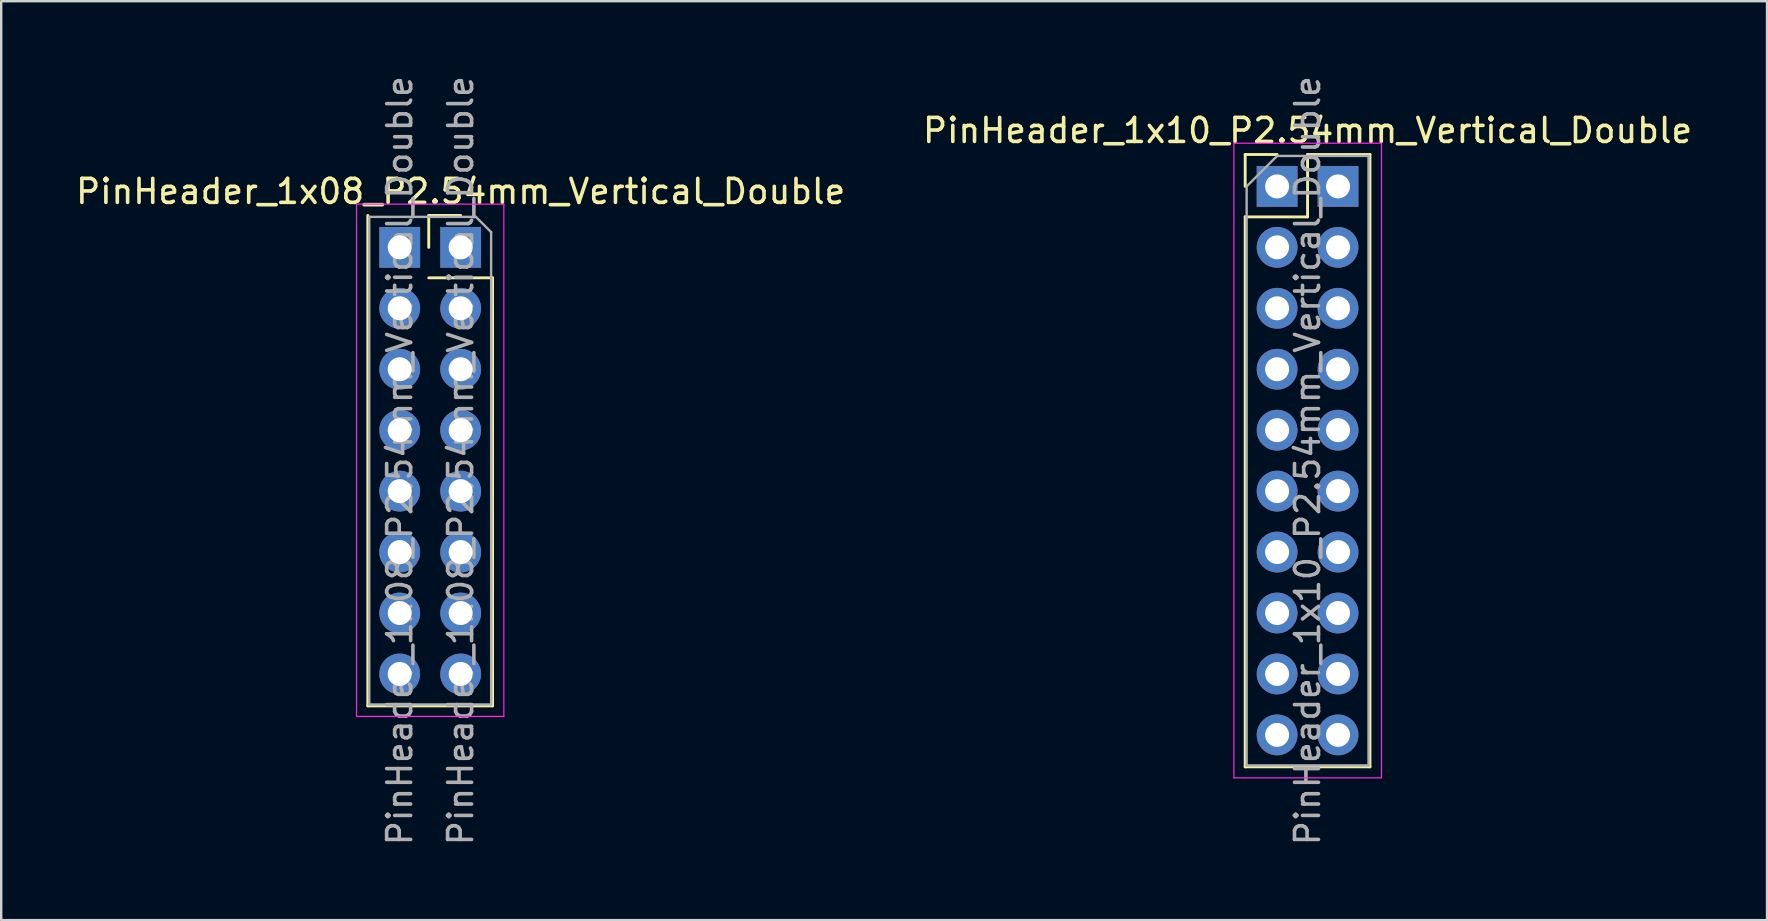
<source format=kicad_pcb>
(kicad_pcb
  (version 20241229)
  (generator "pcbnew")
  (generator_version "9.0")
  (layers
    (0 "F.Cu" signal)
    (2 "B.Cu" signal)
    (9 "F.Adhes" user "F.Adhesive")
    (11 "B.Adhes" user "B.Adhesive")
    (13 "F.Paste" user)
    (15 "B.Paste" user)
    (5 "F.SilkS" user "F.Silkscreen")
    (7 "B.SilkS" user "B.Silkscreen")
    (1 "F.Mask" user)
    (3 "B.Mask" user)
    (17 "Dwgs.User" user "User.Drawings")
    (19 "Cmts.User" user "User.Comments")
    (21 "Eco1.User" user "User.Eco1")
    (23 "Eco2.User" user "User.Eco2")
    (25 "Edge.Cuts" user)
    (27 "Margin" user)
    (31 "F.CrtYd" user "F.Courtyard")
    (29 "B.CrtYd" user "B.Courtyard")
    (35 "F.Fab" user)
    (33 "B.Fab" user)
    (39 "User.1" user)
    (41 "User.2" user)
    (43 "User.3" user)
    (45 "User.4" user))
  (footprint "PinHeader_1x08_P2.54mm_Vertical_Double"
    (layer "F.Cu")
    (at 16.149 7.259)
    (property "Reference" "PinHeader_1x08_P2.54mm_Vertical_Double" (at 0 -2.33 0) (layer "F.SilkS") (effects (font (size 1 1) (thickness 0.15))))
    (attr through_hole)
    (fp_line (start -3.87 -1.33) (end -3.87 19.11) (stroke (width 0.12) (type solid)) (layer "F.SilkS"))
    (fp_line (start -3.87 19.11) (end 1.33 19.11) (stroke (width 0.12) (type solid)) (layer "F.SilkS"))
    (fp_line (start -1.33 -1.33) (end 0 -1.33) (stroke (width 0.12) (type solid)) (layer "F.SilkS"))
    (fp_line (start -1.33 0) (end -1.33 -1.33) (stroke (width 0.12) (type solid)) (layer "F.SilkS"))
    (fp_line (start -1.33 1.27) (end 1.33 1.27) (stroke (width 0.12) (type solid)) (layer "F.SilkS"))
    (fp_line (start 1.33 1.27) (end 1.33 19.11) (stroke (width 0.12) (type solid)) (layer "F.SilkS"))
    (fp_line (start -4.34 -1.8) (end -4.34 19.55) (stroke (width 0.05) (type solid)) (layer "F.CrtYd"))
    (fp_line (start -4.34 19.55) (end 1.8 19.55) (stroke (width 0.05) (type solid)) (layer "F.CrtYd"))
    (fp_line (start 1.8 -1.8) (end -4.34 -1.8) (stroke (width 0.05) (type solid)) (layer "F.CrtYd"))
    (fp_line (start 1.8 19.55) (end 1.8 -1.8) (stroke (width 0.05) (type solid)) (layer "F.CrtYd"))
    (fp_line (start -3.81 -1.27) (end 0.635 -1.27) (stroke (width 0.1) (type solid)) (layer "F.Fab"))
    (fp_line (start -3.81 19.05) (end -3.81 -1.27) (stroke (width 0.1) (type solid)) (layer "F.Fab"))
    (fp_line (start 1.27 -0.635) (end 0.635 -1.27) (stroke (width 0.1) (type solid)) (layer "F.Fab"))
    (fp_line (start 1.27 -0.635) (end 1.27 19.05) (stroke (width 0.1) (type solid)) (layer "F.Fab"))
    (fp_line (start 1.27 19.05) (end -3.81 19.05) (stroke (width 0.1) (type solid)) (layer "F.Fab"))
    (fp_text user "${REFERENCE}" (at 0 8.89 90) (layer "F.Fab") (effects (font (size 1 1) (thickness 0.15))))
    (fp_text user "${REFERENCE}" (at -2.54 8.89 90) (layer "F.Fab") (effects (font (size 1 1) (thickness 0.15))))
    (pad "1" thru_hole rect (at -2.54 0) (size 1.7 1.7) (drill 1) (layers "*.Cu" "*.Mask"))
    (pad "1" thru_hole rect (at 0 0) (size 1.7 1.7) (drill 1) (layers "*.Cu" "*.Mask"))
    (pad "2" thru_hole oval (at -2.54 2.54) (size 1.7 1.7) (drill 1) (layers "*.Cu" "*.Mask"))
    (pad "2" thru_hole oval (at 0 2.54) (size 1.7 1.7) (drill 1) (layers "*.Cu" "*.Mask"))
    (pad "3" thru_hole oval (at -2.54 5.08) (size 1.7 1.7) (drill 1) (layers "*.Cu" "*.Mask"))
    (pad "3" thru_hole oval (at 0 5.08) (size 1.7 1.7) (drill 1) (layers "*.Cu" "*.Mask"))
    (pad "4" thru_hole oval (at -2.54 7.62) (size 1.7 1.7) (drill 1) (layers "*.Cu" "*.Mask"))
    (pad "4" thru_hole oval (at 0 7.62) (size 1.7 1.7) (drill 1) (layers "*.Cu" "*.Mask"))
    (pad "5" thru_hole oval (at -2.54 10.16) (size 1.7 1.7) (drill 1) (layers "*.Cu" "*.Mask"))
    (pad "5" thru_hole oval (at 0 10.16) (size 1.7 1.7) (drill 1) (layers "*.Cu" "*.Mask"))
    (pad "6" thru_hole oval (at -2.54 12.7) (size 1.7 1.7) (drill 1) (layers "*.Cu" "*.Mask"))
    (pad "6" thru_hole oval (at 0 12.7) (size 1.7 1.7) (drill 1) (layers "*.Cu" "*.Mask"))
    (pad "7" thru_hole oval (at -2.54 15.24) (size 1.7 1.7) (drill 1) (layers "*.Cu" "*.Mask"))
    (pad "7" thru_hole oval (at 0 15.24) (size 1.7 1.7) (drill 1) (layers "*.Cu" "*.Mask"))
    (pad "8" thru_hole oval (at -2.54 17.78) (size 1.7 1.7) (drill 1) (layers "*.Cu" "*.Mask"))
    (pad "8" thru_hole oval (at 0 17.78) (size 1.7 1.7) (drill 1) (layers "*.Cu" "*.Mask")))
  (footprint "PinHeader_1x10_P2.54mm_Vertical_Double"
    (layer "F.Cu")
    (at 50.176 4.719)
    (property "Reference" "PinHeader_1x10_P2.54mm_Vertical_Double" (at 1.27 -2.33 0) (layer "F.SilkS") (effects (font (size 1 1) (thickness 0.15))))
    (attr through_hole)
    (fp_line (start -1.33 -1.33) (end 0 -1.33) (stroke (width 0.12) (type solid)) (layer "F.SilkS"))
    (fp_line (start -1.33 0) (end -1.33 -1.33) (stroke (width 0.12) (type solid)) (layer "F.SilkS"))
    (fp_line (start -1.33 1.27) (end -1.33 24.19) (stroke (width 0.12) (type solid)) (layer "F.SilkS"))
    (fp_line (start -1.33 1.27) (end 1.27 1.27) (stroke (width 0.12) (type solid)) (layer "F.SilkS"))
    (fp_line (start -1.33 24.19) (end 3.87 24.19) (stroke (width 0.12) (type solid)) (layer "F.SilkS"))
    (fp_line (start 1.27 -1.33) (end 3.87 -1.33) (stroke (width 0.12) (type solid)) (layer "F.SilkS"))
    (fp_line (start 1.27 1.27) (end 1.27 -1.33) (stroke (width 0.12) (type solid)) (layer "F.SilkS"))
    (fp_line (start 3.87 -1.33) (end 3.87 24.19) (stroke (width 0.12) (type solid)) (layer "F.SilkS"))
    (fp_line (start -1.8 -1.8) (end -1.8 24.65) (stroke (width 0.05) (type solid)) (layer "F.CrtYd"))
    (fp_line (start -1.8 24.65) (end 4.35 24.65) (stroke (width 0.05) (type solid)) (layer "F.CrtYd"))
    (fp_line (start 4.35 -1.8) (end -1.8 -1.8) (stroke (width 0.05) (type solid)) (layer "F.CrtYd"))
    (fp_line (start 4.35 24.65) (end 4.35 -1.8) (stroke (width 0.05) (type solid)) (layer "F.CrtYd"))
    (fp_line (start -1.27 0) (end 0 -1.27) (stroke (width 0.1) (type solid)) (layer "F.Fab"))
    (fp_line (start -1.27 24.13) (end -1.27 0) (stroke (width 0.1) (type solid)) (layer "F.Fab"))
    (fp_line (start 0 -1.27) (end 3.81 -1.27) (stroke (width 0.1) (type solid)) (layer "F.Fab"))
    (fp_line (start 3.81 -1.27) (end 3.81 24.13) (stroke (width 0.1) (type solid)) (layer "F.Fab"))
    (fp_line (start 3.81 24.13) (end -1.27 24.13) (stroke (width 0.1) (type solid)) (layer "F.Fab"))
    (fp_text user "${REFERENCE}" (at 1.27 11.43 90) (layer "F.Fab") (effects (font (size 1 1) (thickness 0.15))))
    (pad "1" thru_hole rect (at 0 0) (size 1.7 1.7) (drill 1) (layers "*.Cu" "*.Mask"))
    (pad "1" thru_hole rect (at 2.54 0) (size 1.7 1.7) (drill 1) (layers "*.Cu" "*.Mask"))
    (pad "2" thru_hole oval (at 0 2.54) (size 1.7 1.7) (drill 1) (layers "*.Cu" "*.Mask"))
    (pad "2" thru_hole oval (at 2.54 2.54) (size 1.7 1.7) (drill 1) (layers "*.Cu" "*.Mask"))
    (pad "3" thru_hole oval (at 0 5.08) (size 1.7 1.7) (drill 1) (layers "*.Cu" "*.Mask"))
    (pad "3" thru_hole oval (at 2.54 5.08) (size 1.7 1.7) (drill 1) (layers "*.Cu" "*.Mask"))
    (pad "4" thru_hole oval (at 0 7.62) (size 1.7 1.7) (drill 1) (layers "*.Cu" "*.Mask"))
    (pad "4" thru_hole oval (at 2.54 7.62) (size 1.7 1.7) (drill 1) (layers "*.Cu" "*.Mask"))
    (pad "5" thru_hole oval (at 0 10.16) (size 1.7 1.7) (drill 1) (layers "*.Cu" "*.Mask"))
    (pad "5" thru_hole oval (at 2.54 10.16) (size 1.7 1.7) (drill 1) (layers "*.Cu" "*.Mask"))
    (pad "6" thru_hole oval (at 0 12.7) (size 1.7 1.7) (drill 1) (layers "*.Cu" "*.Mask"))
    (pad "6" thru_hole oval (at 2.54 12.7) (size 1.7 1.7) (drill 1) (layers "*.Cu" "*.Mask"))
    (pad "7" thru_hole oval (at 0 15.24) (size 1.7 1.7) (drill 1) (layers "*.Cu" "*.Mask"))
    (pad "7" thru_hole oval (at 2.54 15.24) (size 1.7 1.7) (drill 1) (layers "*.Cu" "*.Mask"))
    (pad "8" thru_hole oval (at 0 17.78) (size 1.7 1.7) (drill 1) (layers "*.Cu" "*.Mask"))
    (pad "8" thru_hole oval (at 2.54 17.78) (size 1.7 1.7) (drill 1) (layers "*.Cu" "*.Mask"))
    (pad "9" thru_hole oval (at 0 20.32) (size 1.7 1.7) (drill 1) (layers "*.Cu" "*.Mask"))
    (pad "9" thru_hole oval (at 2.54 20.32) (size 1.7 1.7) (drill 1) (layers "*.Cu" "*.Mask"))
    (pad "10" thru_hole oval (at 0 22.86) (size 1.7 1.7) (drill 1) (layers "*.Cu" "*.Mask"))
    (pad "10" thru_hole oval (at 2.54 22.86) (size 1.7 1.7) (drill 1) (layers "*.Cu" "*.Mask")))
  (gr_rect
    (start -3 -3)
    (end 70.595 35.298)
    (stroke (width 0.1) (type default))
    (fill no)
    (layer "Edge.Cuts")))
</source>
